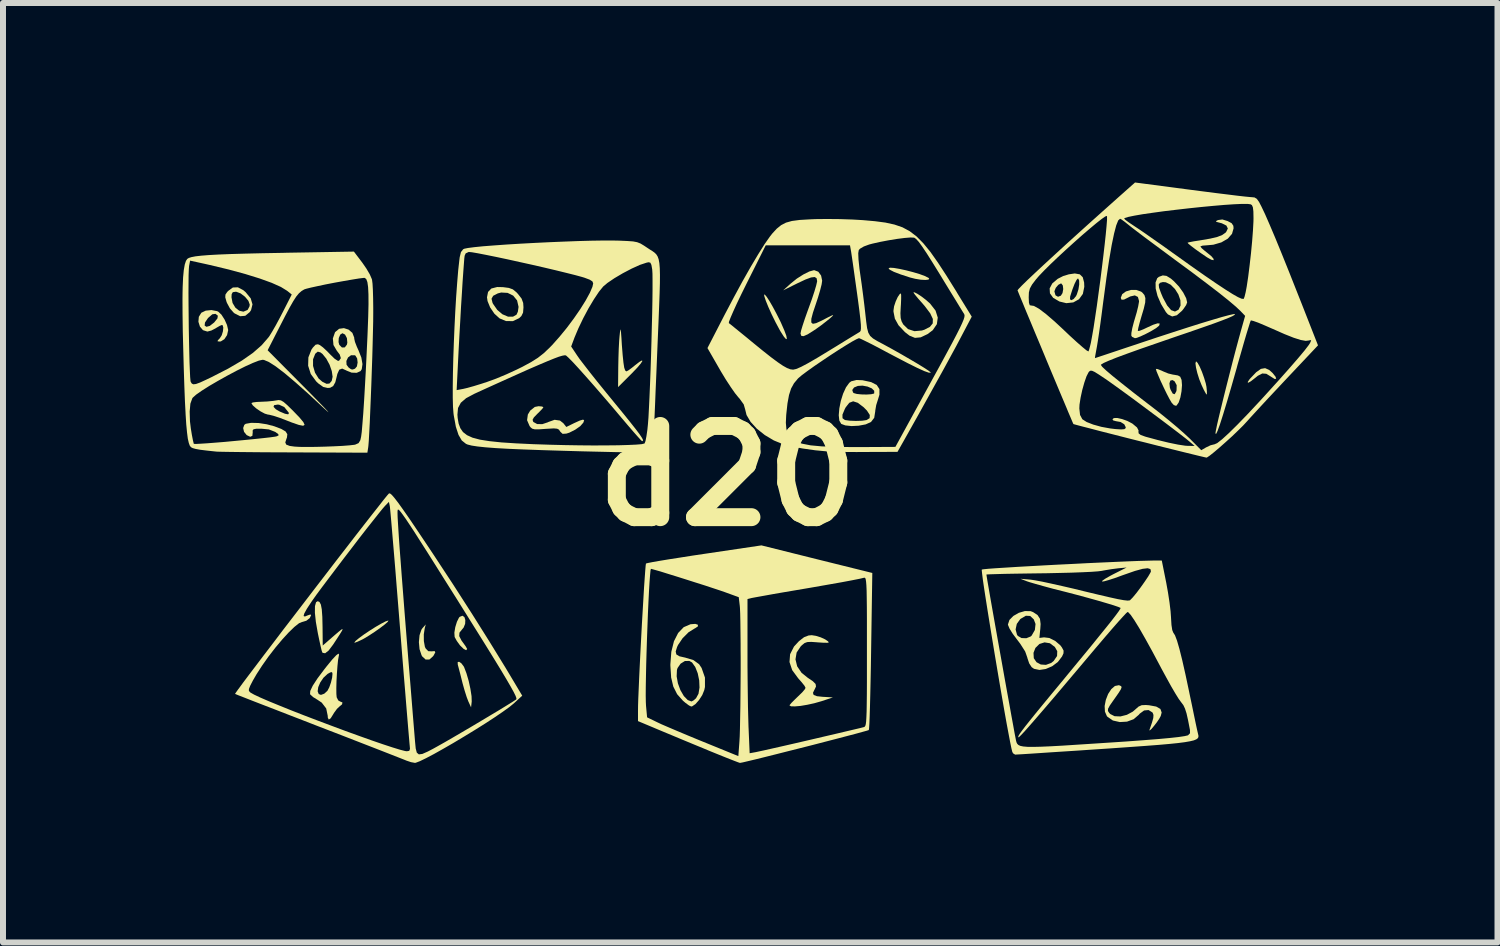
<source format=kicad_pcb>
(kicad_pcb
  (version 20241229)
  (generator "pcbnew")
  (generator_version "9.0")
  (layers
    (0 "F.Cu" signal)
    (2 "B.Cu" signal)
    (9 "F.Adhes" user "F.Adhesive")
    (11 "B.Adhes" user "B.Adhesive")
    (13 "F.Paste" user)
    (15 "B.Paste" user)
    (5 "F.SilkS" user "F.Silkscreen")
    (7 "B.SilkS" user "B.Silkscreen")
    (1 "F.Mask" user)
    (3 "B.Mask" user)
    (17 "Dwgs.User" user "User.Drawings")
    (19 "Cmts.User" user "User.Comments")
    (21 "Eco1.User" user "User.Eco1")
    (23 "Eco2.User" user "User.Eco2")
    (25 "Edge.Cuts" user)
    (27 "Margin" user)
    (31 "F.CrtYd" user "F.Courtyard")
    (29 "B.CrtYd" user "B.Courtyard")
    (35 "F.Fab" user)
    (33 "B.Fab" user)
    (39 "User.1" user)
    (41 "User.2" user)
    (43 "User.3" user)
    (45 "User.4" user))
  (footprint "d20"
    (layer "F.Cu")
    (at 9.11 4.904)
    (property "Reference" "d20" (at 0 0 0) (layer "F.SilkS") (effects (font (size 1.524 1.524) (thickness 0.3))))
    (attr board_only exclude_from_pos_files exclude_from_bom)
    (fp_poly (pts (xy 2.779 -3.476) (xy 2.873 -3.46) (xy 2.983 -3.436) (xy 3.099 -3.406) (xy 3.207 -3.374) (xy 3.296 -3.341) (xy 3.355 -3.312) (xy 3.37 -3.299) (xy 3.359 -3.281) (xy 3.308 -3.275) (xy 3.23 -3.279) (xy 3.138 -3.294) (xy 3.05 -3.316) (xy 2.894 -3.367) (xy 2.779 -3.411) (xy 2.71 -3.447) (xy 2.69 -3.469) (xy 2.714 -3.48)) (stroke (width 0) (type solid)) (fill yes) (layer "F.SilkS"))
    (fp_poly (pts (xy 7.856 -1.889) (xy 7.891 -1.826) (xy 7.929 -1.738) (xy 7.964 -1.64) (xy 7.992 -1.547) (xy 8.004 -1.488) (xy 8.011 -1.413) (xy 8.011 -1.366) (xy 8.007 -1.359) (xy 7.99 -1.382) (xy 7.958 -1.442) (xy 7.922 -1.519) (xy 7.883 -1.617) (xy 7.851 -1.719) (xy 7.829 -1.811) (xy 7.82 -1.88) (xy 7.828 -1.912) (xy 7.832 -1.913)) (stroke (width 0) (type solid)) (fill yes) (layer "F.SilkS"))
    (fp_poly (pts (xy -5.668 2.42) (xy -5.682 2.441) (xy -5.731 2.484) (xy -5.806 2.541) (xy -5.895 2.604) (xy -5.988 2.665) (xy -6.072 2.716) (xy -6.107 2.735) (xy -6.18 2.769) (xy -6.228 2.787) (xy -6.239 2.787) (xy -6.217 2.758) (xy -6.159 2.71) (xy -6.077 2.65) (xy -5.98 2.585) (xy -5.88 2.522) (xy -5.788 2.469) (xy -5.716 2.432) (xy -5.673 2.418)) (stroke (width 0) (type solid)) (fill yes) (layer "F.SilkS"))
    (fp_poly (pts (xy 9.052 -1.771) (xy 9.109 -1.72) (xy 9.159 -1.657) (xy 9.169 -1.622) (xy 9.142 -1.621) (xy 9.08 -1.66) (xy 9.079 -1.661) (xy 9.004 -1.707) (xy 8.937 -1.712) (xy 8.863 -1.674) (xy 8.817 -1.637) (xy 8.745 -1.581) (xy 8.702 -1.557) (xy 8.692 -1.567) (xy 8.72 -1.61) (xy 8.736 -1.629) (xy 8.834 -1.732) (xy 8.914 -1.789) (xy 8.984 -1.801)) (stroke (width 0) (type solid)) (fill yes) (layer "F.SilkS"))
    (fp_poly (pts (xy 0.654 -2.993) (xy 0.701 -2.921) (xy 0.757 -2.824) (xy 0.818 -2.71) (xy 0.879 -2.589) (xy 0.894 -2.557) (xy 0.949 -2.431) (xy 0.982 -2.342) (xy 0.991 -2.292) (xy 0.978 -2.285) (xy 0.944 -2.323) (xy 0.889 -2.408) (xy 0.869 -2.443) (xy 0.802 -2.568) (xy 0.738 -2.698) (xy 0.682 -2.822) (xy 0.639 -2.928) (xy 0.614 -3.004) (xy 0.611 -3.029) (xy 0.622 -3.031)) (stroke (width 0) (type solid)) (fill yes) (layer "F.SilkS"))
    (fp_poly (pts (xy -5.061 2.544) (xy -5.077 2.648) (xy -5.076 2.76) (xy -5.059 2.855) (xy -5.047 2.882) (xy -5.003 2.929) (xy -4.947 2.932) (xy -4.895 2.928) (xy -4.885 2.949) (xy -4.914 3.003) (xy -4.924 3.016) (xy -4.984 3.069) (xy -5.047 3.069) (xy -5.104 3.016) (xy -5.115 2.996) (xy -5.148 2.896) (xy -5.159 2.778) (xy -5.148 2.662) (xy -5.117 2.571) (xy -5.101 2.547) (xy -5.044 2.482)) (stroke (width 0) (type solid)) (fill yes) (layer "F.SilkS"))
    (fp_poly (pts (xy -4.45 3.131) (xy -4.411 3.182) (xy -4.403 3.197) (xy -4.364 3.299) (xy -4.327 3.426) (xy -4.298 3.559) (xy -4.279 3.68) (xy -4.276 3.769) (xy -4.276 3.772) (xy -4.287 3.868) (xy -4.332 3.77) (xy -4.36 3.697) (xy -4.394 3.59) (xy -4.428 3.469) (xy -4.436 3.437) (xy -4.464 3.325) (xy -4.489 3.229) (xy -4.506 3.166) (xy -4.509 3.154) (xy -4.511 3.112) (xy -4.487 3.106)) (stroke (width 0) (type solid)) (fill yes) (layer "F.SilkS"))
    (fp_poly (pts (xy -4.398 2.36) (xy -4.383 2.409) (xy -4.386 2.472) (xy -4.411 2.534) (xy -4.437 2.565) (xy -4.481 2.62) (xy -4.485 2.677) (xy -4.447 2.751) (xy -4.423 2.784) (xy -4.379 2.845) (xy -4.355 2.887) (xy -4.353 2.893) (xy -4.369 2.913) (xy -4.409 2.893) (xy -4.466 2.838) (xy -4.474 2.829) (xy -4.525 2.759) (xy -4.56 2.695) (xy -4.562 2.687) (xy -4.566 2.619) (xy -4.551 2.528) (xy -4.523 2.437) (xy -4.489 2.369) (xy -4.476 2.355) (xy -4.43 2.337)) (stroke (width 0) (type solid)) (fill yes) (layer "F.SilkS"))
    (fp_poly (pts (xy -6.82 2.107) (xy -6.797 2.151) (xy -6.782 2.231) (xy -6.773 2.355) (xy -6.769 2.527) (xy -6.769 2.534) (xy -6.766 2.835) (xy -6.579 2.672) (xy -6.502 2.606) (xy -6.453 2.567) (xy -6.433 2.559) (xy -6.443 2.586) (xy -6.483 2.651) (xy -6.552 2.757) (xy -6.594 2.821) (xy -6.668 2.919) (xy -6.726 2.964) (xy -6.767 2.957) (xy -6.775 2.946) (xy -6.786 2.912) (xy -6.804 2.835) (xy -6.827 2.729) (xy -6.848 2.628) (xy -6.881 2.44) (xy -6.897 2.288) (xy -6.896 2.177) (xy -6.878 2.111) (xy -6.85 2.094)) (stroke (width 0) (type solid)) (fill yes) (layer "F.SilkS"))
    (fp_poly (pts (xy -1.787 -2.444) (xy -1.781 -2.4) (xy -1.774 -2.308) (xy -1.767 -2.192) (xy -1.753 -2.017) (xy -1.74 -1.891) (xy -1.727 -1.808) (xy -1.711 -1.762) (xy -1.692 -1.747) (xy -1.691 -1.747) (xy -1.659 -1.763) (xy -1.6 -1.806) (xy -1.552 -1.845) (xy -1.473 -1.906) (xy -1.431 -1.93) (xy -1.424 -1.92) (xy -1.451 -1.878) (xy -1.51 -1.808) (xy -1.601 -1.713) (xy -1.616 -1.698) (xy -1.83 -1.484) (xy -1.827 -1.816) (xy -1.824 -1.969) (xy -1.819 -2.121) (xy -1.812 -2.253) (xy -1.806 -2.329) (xy -1.798 -2.405) (xy -1.792 -2.444)) (stroke (width 0) (type solid)) (fill yes) (layer "F.SilkS"))
    (fp_poly (pts (xy -8.092 -3.103) (xy -8.055 -3.071) (xy -7.97 -2.968) (xy -7.94 -2.867) (xy -7.964 -2.771) (xy -7.986 -2.738) (xy -8.061 -2.676) (xy -8.145 -2.669) (xy -8.239 -2.716) (xy -8.256 -2.73) (xy -8.318 -2.801) (xy -8.367 -2.892) (xy -8.374 -2.91) (xy -8.395 -2.984) (xy -8.395 -2.985) (xy -8.291 -2.985) (xy -8.273 -2.89) (xy -8.226 -2.812) (xy -8.162 -2.761) (xy -8.092 -2.745) (xy -8.026 -2.772) (xy -8.019 -2.778) (xy -7.99 -2.834) (xy -7.986 -2.864) (xy -8.009 -2.927) (xy -8.065 -2.994) (xy -8.138 -3.05) (xy -8.208 -3.077) (xy -8.22 -3.078) (xy -8.269 -3.071) (xy -8.288 -3.038) (xy -8.291 -2.985) (xy -8.395 -2.985) (xy -8.392 -3.031) (xy -8.363 -3.074) (xy -8.346 -3.092) (xy -8.268 -3.149) (xy -8.184 -3.152)) (stroke (width 0) (type solid)) (fill yes) (layer "F.SilkS"))
    (fp_poly (pts (xy 7.189 -1.785) (xy 7.25 -1.761) (xy 7.28 -1.747) (xy 7.365 -1.712) (xy 7.443 -1.693) (xy 7.459 -1.691) (xy 7.527 -1.679) (xy 7.565 -1.658) (xy 7.588 -1.604) (xy 7.595 -1.517) (xy 7.587 -1.414) (xy 7.568 -1.312) (xy 7.54 -1.228) (xy 7.505 -1.177) (xy 7.494 -1.172) (xy 7.458 -1.184) (xy 7.421 -1.225) (xy 7.385 -1.287) (xy 7.339 -1.375) (xy 7.289 -1.478) (xy 7.257 -1.547) (xy 7.385 -1.547) (xy 7.392 -1.477) (xy 7.404 -1.441) (xy 7.44 -1.376) (xy 7.472 -1.365) (xy 7.498 -1.409) (xy 7.504 -1.432) (xy 7.506 -1.517) (xy 7.471 -1.581) (xy 7.436 -1.602) (xy 7.4 -1.593) (xy 7.385 -1.547) (xy 7.257 -1.547) (xy 7.24 -1.582) (xy 7.199 -1.677) (xy 7.169 -1.749) (xy 7.159 -1.786) (xy 7.159 -1.789)) (stroke (width 0) (type solid)) (fill yes) (layer "F.SilkS"))
    (fp_poly (pts (xy 7.336 -3.343) (xy 7.409 -3.298) (xy 7.461 -3.253) (xy 7.545 -3.164) (xy 7.616 -3.064) (xy 7.665 -2.969) (xy 7.681 -2.9) (xy 7.664 -2.855) (xy 7.62 -2.791) (xy 7.595 -2.76) (xy 7.509 -2.685) (xy 7.431 -2.665) (xy 7.36 -2.699) (xy 7.326 -2.738) (xy 7.244 -2.874) (xy 7.186 -3.008) (xy 7.155 -3.131) (xy 7.154 -3.198) (xy 7.206 -3.198) (xy 7.212 -3.144) (xy 7.244 -3.056) (xy 7.276 -2.98) (xy 7.347 -2.848) (xy 7.414 -2.77) (xy 7.478 -2.747) (xy 7.537 -2.778) (xy 7.571 -2.848) (xy 7.568 -2.937) (xy 7.534 -3.034) (xy 7.477 -3.124) (xy 7.405 -3.196) (xy 7.325 -3.236) (xy 7.275 -3.24) (xy 7.227 -3.227) (xy 7.206 -3.198) (xy 7.154 -3.198) (xy 7.153 -3.233) (xy 7.181 -3.305) (xy 7.208 -3.327) (xy 7.274 -3.351)) (stroke (width 0) (type solid)) (fill yes) (layer "F.SilkS"))
    (fp_poly (pts (xy -3.754 -3.155) (xy -3.656 -3.142) (xy -3.589 -3.118) (xy -3.53 -3.07) (xy -3.503 -3.041) (xy -3.443 -2.964) (xy -3.416 -2.891) (xy -3.411 -2.817) (xy -3.418 -2.729) (xy -3.446 -2.672) (xy -3.484 -2.636) (xy -3.588 -2.587) (xy -3.703 -2.588) (xy -3.811 -2.633) (xy -3.897 -2.711) (xy -3.968 -2.815) (xy -4.012 -2.923) (xy -4.017 -2.961) (xy -3.945 -2.961) (xy -3.928 -2.892) (xy -3.919 -2.875) (xy -3.849 -2.774) (xy -3.762 -2.701) (xy -3.67 -2.662) (xy -3.585 -2.662) (xy -3.527 -2.695) (xy -3.505 -2.744) (xy -3.494 -2.819) (xy -3.494 -2.829) (xy -3.518 -2.933) (xy -3.583 -3.013) (xy -3.676 -3.059) (xy -3.784 -3.065) (xy -3.841 -3.05) (xy -3.918 -3.01) (xy -3.945 -2.961) (xy -4.017 -2.961) (xy -4.021 -2.984) (xy -4.003 -3.075) (xy -3.948 -3.132) (xy -3.851 -3.157)) (stroke (width 0) (type solid)) (fill yes) (layer "F.SilkS"))
    (fp_poly (pts (xy 8.356 -4.26) (xy 8.424 -4.224) (xy 8.453 -4.181) (xy 8.457 -4.138) (xy 8.431 -4.046) (xy 8.36 -3.965) (xy 8.253 -3.903) (xy 8.119 -3.864) (xy 8.007 -3.854) (xy 7.94 -3.849) (xy 7.905 -3.837) (xy 7.903 -3.834) (xy 7.924 -3.806) (xy 7.977 -3.76) (xy 8.014 -3.731) (xy 8.088 -3.67) (xy 8.124 -3.626) (xy 8.122 -3.605) (xy 8.083 -3.614) (xy 8.014 -3.653) (xy 7.914 -3.721) (xy 7.821 -3.787) (xy 7.746 -3.844) (xy 7.699 -3.883) (xy 7.688 -3.898) (xy 7.718 -3.906) (xy 7.788 -3.92) (xy 7.886 -3.935) (xy 7.904 -3.938) (xy 8.067 -3.966) (xy 8.185 -3.994) (xy 8.266 -4.026) (xy 8.322 -4.065) (xy 8.333 -4.077) (xy 8.361 -4.135) (xy 8.337 -4.184) (xy 8.261 -4.222) (xy 8.227 -4.231) (xy 8.17 -4.246) (xy 8.163 -4.258) (xy 8.196 -4.276) (xy 8.269 -4.286)) (stroke (width 0) (type solid)) (fill yes) (layer "F.SilkS"))
    (fp_poly (pts (xy -7.464 -1.262) (xy -7.42 -1.236) (xy -7.36 -1.184) (xy -7.273 -1.099) (xy -7.264 -1.09) (xy -7.155 -0.977) (xy -7.09 -0.899) (xy -7.069 -0.853) (xy -7.094 -0.838) (xy -7.165 -0.852) (xy -7.284 -0.893) (xy -7.376 -0.929) (xy -7.489 -0.972) (xy -7.59 -1.005) (xy -7.663 -1.023) (xy -7.682 -1.025) (xy -7.735 -1.041) (xy -7.806 -1.079) (xy -7.879 -1.129) (xy -7.907 -1.154) (xy -7.588 -1.154) (xy -7.55 -1.114) (xy -7.485 -1.076) (xy -7.397 -1.039) (xy -7.344 -1.029) (xy -7.331 -1.048) (xy -7.337 -1.061) (xy -7.409 -1.151) (xy -7.494 -1.19) (xy -7.521 -1.192) (xy -7.579 -1.182) (xy -7.588 -1.154) (xy -7.907 -1.154) (xy -7.935 -1.179) (xy -7.958 -1.216) (xy -7.958 -1.217) (xy -7.933 -1.228) (xy -7.868 -1.236) (xy -7.799 -1.239) (xy -7.692 -1.244) (xy -7.592 -1.254) (xy -7.548 -1.261) (xy -7.503 -1.268)) (stroke (width 0) (type solid)) (fill yes) (layer "F.SilkS"))
    (fp_poly (pts (xy -3.102 -1.16) (xy -3.078 -1.149) (xy -3.096 -1.122) (xy -3.144 -1.072) (xy -3.179 -1.038) (xy -3.237 -0.978) (xy -3.259 -0.938) (xy -3.249 -0.907) (xy -3.245 -0.901) (xy -3.183 -0.867) (xy -3.097 -0.865) (xy -3.004 -0.896) (xy -2.995 -0.901) (xy -2.891 -0.938) (xy -2.801 -0.925) (xy -2.745 -0.881) (xy -2.695 -0.818) (xy -2.567 -0.881) (xy -2.47 -0.925) (xy -2.415 -0.941) (xy -2.397 -0.929) (xy -2.411 -0.89) (xy -2.463 -0.831) (xy -2.547 -0.772) (xy -2.644 -0.723) (xy -2.694 -0.707) (xy -2.757 -0.703) (xy -2.795 -0.738) (xy -2.799 -0.745) (xy -2.819 -0.774) (xy -2.849 -0.789) (xy -2.903 -0.794) (xy -2.994 -0.789) (xy -3.046 -0.786) (xy -3.156 -0.778) (xy -3.225 -0.779) (xy -3.266 -0.79) (xy -3.294 -0.814) (xy -3.309 -0.834) (xy -3.351 -0.931) (xy -3.338 -1.026) (xy -3.298 -1.092) (xy -3.221 -1.153) (xy -3.159 -1.165)) (stroke (width 0) (type solid)) (fill yes) (layer "F.SilkS"))
    (fp_poly (pts (xy -8.532 -2.754) (xy -8.511 -2.744) (xy -8.459 -2.695) (xy -8.407 -2.614) (xy -8.366 -2.522) (xy -8.347 -2.441) (xy -8.347 -2.434) (xy -8.365 -2.353) (xy -8.41 -2.285) (xy -8.469 -2.248) (xy -8.487 -2.246) (xy -8.523 -2.249) (xy -8.52 -2.265) (xy -8.485 -2.302) (xy -8.454 -2.351) (xy -8.434 -2.417) (xy -8.428 -2.479) (xy -8.439 -2.518) (xy -8.45 -2.523) (xy -8.485 -2.509) (xy -8.544 -2.475) (xy -8.554 -2.468) (xy -8.627 -2.43) (xy -8.692 -2.413) (xy -8.696 -2.413) (xy -8.768 -2.436) (xy -8.819 -2.496) (xy -8.824 -2.513) (xy -8.74 -2.513) (xy -8.71 -2.492) (xy -8.654 -2.507) (xy -8.581 -2.564) (xy -8.526 -2.632) (xy -8.519 -2.678) (xy -8.559 -2.709) (xy -8.612 -2.701) (xy -8.682 -2.64) (xy -8.684 -2.638) (xy -8.734 -2.564) (xy -8.74 -2.513) (xy -8.824 -2.513) (xy -8.844 -2.576) (xy -8.837 -2.659) (xy -8.795 -2.727) (xy -8.722 -2.762) (xy -8.626 -2.772)) (stroke (width 0) (type solid)) (fill yes) (layer "F.SilkS"))
    (fp_poly (pts (xy 3.174 -3.043) (xy 3.242 -2.998) (xy 3.315 -2.942) (xy 3.382 -2.883) (xy 3.385 -2.88) (xy 3.476 -2.763) (xy 3.513 -2.646) (xy 3.498 -2.536) (xy 3.43 -2.436) (xy 3.342 -2.37) (xy 3.228 -2.316) (xy 3.132 -2.307) (xy 3.041 -2.344) (xy 2.965 -2.403) (xy 2.857 -2.518) (xy 2.796 -2.628) (xy 2.773 -2.746) (xy 2.773 -2.765) (xy 2.783 -2.835) (xy 2.81 -2.916) (xy 2.844 -2.99) (xy 2.878 -3.04) (xy 2.896 -3.05) (xy 2.901 -3.025) (xy 2.901 -2.957) (xy 2.897 -2.861) (xy 2.895 -2.835) (xy 2.889 -2.719) (xy 2.893 -2.64) (xy 2.909 -2.582) (xy 2.936 -2.532) (xy 3.016 -2.454) (xy 3.123 -2.419) (xy 3.248 -2.43) (xy 3.291 -2.444) (xy 3.382 -2.491) (xy 3.429 -2.549) (xy 3.431 -2.623) (xy 3.387 -2.717) (xy 3.298 -2.835) (xy 3.259 -2.881) (xy 3.188 -2.961) (xy 3.135 -3.025) (xy 3.108 -3.062) (xy 3.106 -3.067) (xy 3.125 -3.068)) (stroke (width 0) (type solid)) (fill yes) (layer "F.SilkS"))
    (fp_poly (pts (xy 6.911 -3.08) (xy 6.931 -3.065) (xy 6.967 -3.023) (xy 6.983 -2.971) (xy 6.98 -2.898) (xy 6.956 -2.794) (xy 6.916 -2.661) (xy 6.886 -2.557) (xy 6.865 -2.475) (xy 6.857 -2.428) (xy 6.858 -2.422) (xy 6.888 -2.426) (xy 6.951 -2.451) (xy 7.012 -2.48) (xy 7.115 -2.527) (xy 7.187 -2.55) (xy 7.222 -2.547) (xy 7.216 -2.518) (xy 7.208 -2.507) (xy 7.162 -2.47) (xy 7.083 -2.422) (xy 6.99 -2.373) (xy 6.9 -2.331) (xy 6.83 -2.305) (xy 6.807 -2.302) (xy 6.761 -2.324) (xy 6.748 -2.344) (xy 6.749 -2.388) (xy 6.764 -2.47) (xy 6.791 -2.574) (xy 6.804 -2.618) (xy 6.838 -2.733) (xy 6.863 -2.835) (xy 6.876 -2.909) (xy 6.877 -2.923) (xy 6.858 -2.991) (xy 6.807 -3.017) (xy 6.729 -2.999) (xy 6.704 -2.986) (xy 6.626 -2.947) (xy 6.584 -2.945) (xy 6.572 -2.976) (xy 6.572 -2.977) (xy 6.596 -3.038) (xy 6.658 -3.083) (xy 6.742 -3.108) (xy 6.832 -3.108)) (stroke (width 0) (type solid)) (fill yes) (layer "F.SilkS"))
    (fp_poly (pts (xy 1.516 -3.413) (xy 1.563 -3.349) (xy 1.581 -3.263) (xy 1.572 -3.201) (xy 1.547 -3.102) (xy 1.511 -2.981) (xy 1.477 -2.878) (xy 1.427 -2.729) (xy 1.4 -2.626) (xy 1.399 -2.565) (xy 1.425 -2.542) (xy 1.48 -2.553) (xy 1.566 -2.592) (xy 1.593 -2.606) (xy 1.676 -2.649) (xy 1.738 -2.679) (xy 1.765 -2.69) (xy 1.757 -2.675) (xy 1.715 -2.636) (xy 1.648 -2.582) (xy 1.567 -2.519) (xy 1.482 -2.458) (xy 1.442 -2.431) (xy 1.339 -2.366) (xy 1.271 -2.336) (xy 1.234 -2.339) (xy 1.22 -2.375) (xy 1.22 -2.385) (xy 1.229 -2.43) (xy 1.255 -2.516) (xy 1.293 -2.631) (xy 1.341 -2.766) (xy 1.359 -2.815) (xy 1.409 -2.954) (xy 1.451 -3.081) (xy 1.481 -3.182) (xy 1.496 -3.247) (xy 1.497 -3.258) (xy 1.488 -3.304) (xy 1.456 -3.324) (xy 1.396 -3.317) (xy 1.301 -3.282) (xy 1.165 -3.218) (xy 1.157 -3.214) (xy 0.929 -3.101) (xy 1.054 -3.214) (xy 1.157 -3.297) (xy 1.267 -3.367) (xy 1.367 -3.417) (xy 1.443 -3.438) (xy 1.449 -3.438)) (stroke (width 0) (type solid)) (fill yes) (layer "F.SilkS"))
    (fp_poly (pts (xy 5.887 -3.369) (xy 5.936 -3.321) (xy 5.959 -3.233) (xy 5.962 -3.161) (xy 5.938 -3.042) (xy 5.874 -2.953) (xy 5.779 -2.9) (xy 5.662 -2.887) (xy 5.546 -2.915) (xy 5.485 -2.951) (xy 5.723 -2.951) (xy 5.746 -2.937) (xy 5.783 -2.956) (xy 5.823 -3.004) (xy 5.838 -3.035) (xy 5.864 -3.117) (xy 5.877 -3.199) (xy 5.876 -3.265) (xy 5.86 -3.298) (xy 5.855 -3.3) (xy 5.832 -3.275) (xy 5.799 -3.209) (xy 5.763 -3.115) (xy 5.727 -3.003) (xy 5.726 -3.002) (xy 5.723 -2.951) (xy 5.485 -2.951) (xy 5.442 -2.976) (xy 5.388 -3.051) (xy 5.386 -3.081) (xy 5.463 -3.081) (xy 5.481 -3.018) (xy 5.523 -2.994) (xy 5.57 -3.012) (xy 5.598 -3.056) (xy 5.61 -3.123) (xy 5.603 -3.183) (xy 5.579 -3.215) (xy 5.572 -3.217) (xy 5.528 -3.194) (xy 5.485 -3.143) (xy 5.463 -3.087) (xy 5.463 -3.081) (xy 5.386 -3.081) (xy 5.383 -3.134) (xy 5.427 -3.217) (xy 5.518 -3.294) (xy 5.608 -3.34) (xy 5.703 -3.369) (xy 5.798 -3.383) (xy 5.807 -3.383)) (stroke (width 0) (type solid)) (fill yes) (layer "F.SilkS"))
    (fp_poly (pts (xy -6.493 2.987) (xy -6.499 3.016) (xy -6.51 3.078) (xy -6.52 3.178) (xy -6.529 3.3) (xy -6.536 3.428) (xy -6.539 3.548) (xy -6.538 3.644) (xy -6.533 3.7) (xy -6.533 3.7) (xy -6.506 3.753) (xy -6.474 3.771) (xy -6.437 3.786) (xy -6.443 3.818) (xy -6.483 3.851) (xy -6.528 3.893) (xy -6.577 3.96) (xy -6.587 3.977) (xy -6.633 4.051) (xy -6.665 4.072) (xy -6.681 4.041) (xy -6.683 4.008) (xy -6.708 3.887) (xy -6.783 3.789) (xy -6.856 3.74) (xy -6.926 3.697) (xy -6.972 3.656) (xy -6.978 3.645) (xy -6.975 3.599) (xy -6.851 3.599) (xy -6.833 3.646) (xy -6.796 3.66) (xy -6.741 3.64) (xy -6.688 3.592) (xy -6.657 3.534) (xy -6.629 3.454) (xy -6.609 3.371) (xy -6.603 3.306) (xy -6.611 3.279) (xy -6.64 3.284) (xy -6.685 3.309) (xy -6.754 3.373) (xy -6.807 3.451) (xy -6.841 3.53) (xy -6.851 3.599) (xy -6.975 3.599) (xy -6.974 3.592) (xy -6.933 3.506) (xy -6.855 3.386) (xy -6.737 3.229) (xy -6.701 3.183) (xy -6.606 3.067) (xy -6.54 2.997) (xy -6.503 2.97)) (stroke (width 0) (type solid)) (fill yes) (layer "F.SilkS"))
    (fp_poly (pts (xy 6.555 3.503) (xy 6.579 3.515) (xy 6.585 3.534) (xy 6.572 3.569) (xy 6.534 3.629) (xy 6.469 3.722) (xy 6.447 3.753) (xy 6.388 3.838) (xy 6.359 3.892) (xy 6.357 3.929) (xy 6.38 3.963) (xy 6.397 3.98) (xy 6.468 4.016) (xy 6.566 4.02) (xy 6.673 3.993) (xy 6.772 3.94) (xy 6.807 3.91) (xy 6.868 3.856) (xy 6.921 3.832) (xy 6.99 3.829) (xy 7.044 3.833) (xy 7.164 3.855) (xy 7.234 3.895) (xy 7.255 3.954) (xy 7.24 4.012) (xy 7.213 4.061) (xy 7.173 4.12) (xy 7.127 4.179) (xy 7.086 4.228) (xy 7.057 4.254) (xy 7.05 4.249) (xy 7.052 4.243) (xy 7.093 4.124) (xy 7.115 4.046) (xy 7.118 3.995) (xy 7.106 3.961) (xy 7.099 3.952) (xy 7.036 3.913) (xy 6.962 3.92) (xy 6.889 3.973) (xy 6.872 3.993) (xy 6.787 4.066) (xy 6.676 4.107) (xy 6.555 4.114) (xy 6.44 4.088) (xy 6.35 4.026) (xy 6.34 4.016) (xy 6.307 3.94) (xy 6.302 3.845) (xy 6.322 3.743) (xy 6.36 3.645) (xy 6.413 3.564) (xy 6.474 3.511) (xy 6.539 3.498)) (stroke (width 0) (type solid)) (fill yes) (layer "F.SilkS"))
    (fp_poly (pts (xy 1.476 2.673) (xy 1.557 2.698) (xy 1.631 2.732) (xy 1.681 2.766) (xy 1.691 2.785) (xy 1.666 2.789) (xy 1.6 2.788) (xy 1.506 2.782) (xy 1.499 2.781) (xy 1.397 2.774) (xy 1.332 2.777) (xy 1.286 2.794) (xy 1.243 2.829) (xy 1.222 2.85) (xy 1.154 2.952) (xy 1.135 3.066) (xy 1.163 3.182) (xy 1.237 3.291) (xy 1.339 3.373) (xy 1.426 3.432) (xy 1.471 3.477) (xy 1.478 3.519) (xy 1.455 3.569) (xy 1.452 3.573) (xy 1.427 3.626) (xy 1.439 3.661) (xy 1.495 3.682) (xy 1.599 3.693) (xy 1.608 3.693) (xy 1.761 3.702) (xy 1.567 3.766) (xy 1.451 3.799) (xy 1.332 3.825) (xy 1.22 3.844) (xy 1.127 3.852) (xy 1.062 3.851) (xy 1.036 3.837) (xy 1.038 3.829) (xy 1.069 3.792) (xy 1.128 3.733) (xy 1.181 3.682) (xy 1.247 3.618) (xy 1.291 3.566) (xy 1.303 3.542) (xy 1.286 3.508) (xy 1.239 3.449) (xy 1.18 3.382) (xy 1.08 3.246) (xy 1.035 3.111) (xy 1.045 2.98) (xy 1.11 2.852) (xy 1.194 2.761) (xy 1.278 2.696) (xy 1.353 2.667) (xy 1.407 2.662)) (stroke (width 0) (type solid)) (fill yes) (layer "F.SilkS"))
    (fp_poly (pts (xy -0.497 2.487) (xy -0.495 2.514) (xy -0.542 2.546) (xy -0.549 2.549) (xy -0.652 2.613) (xy -0.751 2.712) (xy -0.828 2.826) (xy -0.844 2.86) (xy -0.867 2.935) (xy -0.856 2.984) (xy -0.804 3.015) (xy -0.707 3.037) (xy -0.571 3.078) (xy -0.476 3.147) (xy -0.434 3.21) (xy -0.378 3.37) (xy -0.378 3.528) (xy -0.389 3.579) (xy -0.423 3.663) (xy -0.477 3.746) (xy -0.537 3.814) (xy -0.592 3.851) (xy -0.608 3.854) (xy -0.644 3.837) (xy -0.704 3.793) (xy -0.747 3.756) (xy -0.843 3.648) (xy -0.907 3.521) (xy -0.944 3.365) (xy -0.944 3.35) (xy -0.851 3.35) (xy -0.83 3.467) (xy -0.788 3.581) (xy -0.731 3.679) (xy -0.666 3.746) (xy -0.603 3.77) (xy -0.57 3.753) (xy -0.527 3.716) (xy -0.486 3.641) (xy -0.469 3.537) (xy -0.474 3.418) (xy -0.499 3.298) (xy -0.54 3.194) (xy -0.594 3.118) (xy -0.639 3.092) (xy -0.714 3.094) (xy -0.785 3.138) (xy -0.836 3.211) (xy -0.846 3.243) (xy -0.851 3.35) (xy -0.944 3.35) (xy -0.956 3.17) (xy -0.956 3.147) (xy -0.94 2.939) (xy -0.896 2.763) (xy -0.826 2.625) (xy -0.733 2.528) (xy -0.619 2.479) (xy -0.617 2.479) (xy -0.54 2.473)) (stroke (width 0) (type solid)) (fill yes) (layer "F.SilkS"))
    (fp_poly (pts (xy 2.255 -1.599) (xy 2.399 -1.568) (xy 2.493 -1.52) (xy 2.538 -1.451) (xy 2.538 -1.357) (xy 2.513 -1.275) (xy 2.484 -1.183) (xy 2.469 -1.095) (xy 2.468 -1.079) (xy 2.451 -0.971) (xy 2.397 -0.901) (xy 2.308 -0.861) (xy 2.191 -0.839) (xy 2.072 -0.833) (xy 1.968 -0.844) (xy 1.9 -0.869) (xy 1.868 -0.924) (xy 1.858 -1.015) (xy 1.859 -1.024) (xy 1.92 -1.024) (xy 1.921 -0.964) (xy 1.96 -0.935) (xy 1.962 -0.934) (xy 2.04 -0.923) (xy 2.144 -0.919) (xy 2.247 -0.922) (xy 2.322 -0.933) (xy 2.374 -0.965) (xy 2.377 -1.018) (xy 2.33 -1.091) (xy 2.274 -1.148) (xy 2.176 -1.222) (xy 2.099 -1.247) (xy 2.034 -1.222) (xy 1.975 -1.147) (xy 1.959 -1.117) (xy 1.92 -1.024) (xy 1.859 -1.024) (xy 1.868 -1.129) (xy 1.893 -1.254) (xy 1.931 -1.375) (xy 1.959 -1.436) (xy 2.084 -1.436) (xy 2.097 -1.395) (xy 2.11 -1.384) (xy 2.159 -1.37) (xy 2.236 -1.362) (xy 2.323 -1.36) (xy 2.399 -1.365) (xy 2.446 -1.376) (xy 2.451 -1.381) (xy 2.451 -1.423) (xy 2.41 -1.463) (xy 2.34 -1.493) (xy 2.255 -1.509) (xy 2.178 -1.504) (xy 2.114 -1.478) (xy 2.084 -1.436) (xy 1.959 -1.436) (xy 1.979 -1.48) (xy 2.034 -1.556) (xy 2.066 -1.581) (xy 2.155 -1.603)) (stroke (width 0) (type solid)) (fill yes) (layer "F.SilkS"))
    (fp_poly (pts (xy 5.064 2.26) (xy 5.106 2.276) (xy 5.181 2.326) (xy 5.221 2.388) (xy 5.232 2.475) (xy 5.227 2.553) (xy 5.211 2.708) (xy 5.289 2.698) (xy 5.378 2.709) (xy 5.476 2.758) (xy 5.561 2.831) (xy 5.588 2.867) (xy 5.616 2.92) (xy 5.614 2.966) (xy 5.59 3.018) (xy 5.52 3.11) (xy 5.425 3.181) (xy 5.318 3.227) (xy 5.213 3.243) (xy 5.122 3.224) (xy 5.082 3.196) (xy 5.041 3.133) (xy 5.012 3.047) (xy 5.009 3.034) (xy 4.982 2.957) (xy 5.113 2.957) (xy 5.118 3.047) (xy 5.163 3.113) (xy 5.235 3.152) (xy 5.321 3.158) (xy 5.409 3.126) (xy 5.45 3.093) (xy 5.507 3.01) (xy 5.51 2.929) (xy 5.47 2.859) (xy 5.388 2.797) (xy 5.298 2.782) (xy 5.212 2.809) (xy 5.145 2.875) (xy 5.113 2.957) (xy 4.982 2.957) (xy 4.973 2.933) (xy 4.892 2.806) (xy 4.839 2.736) (xy 4.765 2.637) (xy 4.721 2.566) (xy 4.814 2.566) (xy 4.837 2.653) (xy 4.851 2.674) (xy 4.913 2.71) (xy 4.993 2.713) (xy 5.065 2.684) (xy 5.082 2.669) (xy 5.136 2.575) (xy 5.147 2.475) (xy 5.118 2.398) (xy 5.058 2.341) (xy 4.986 2.337) (xy 4.9 2.387) (xy 4.891 2.394) (xy 4.834 2.473) (xy 4.814 2.566) (xy 4.721 2.566) (xy 4.712 2.551) (xy 4.687 2.491) (xy 4.686 2.482) (xy 4.711 2.407) (xy 4.777 2.34) (xy 4.868 2.288) (xy 4.968 2.259)) (stroke (width 0) (type solid)) (fill yes) (layer "F.SilkS"))
    (fp_poly (pts (xy -6.334 -2.445) (xy -6.271 -2.391) (xy -6.24 -2.312) (xy -6.239 -2.292) (xy -6.227 -2.239) (xy -6.196 -2.159) (xy -6.17 -2.102) (xy -6.121 -1.979) (xy -6.102 -1.869) (xy -6.114 -1.784) (xy -6.134 -1.752) (xy -6.198 -1.723) (xy -6.283 -1.726) (xy -6.366 -1.759) (xy -6.373 -1.763) (xy -6.441 -1.794) (xy -6.49 -1.775) (xy -6.522 -1.704) (xy -6.529 -1.673) (xy -6.556 -1.565) (xy -6.592 -1.501) (xy -6.643 -1.473) (xy -6.684 -1.47) (xy -6.758 -1.487) (xy -6.839 -1.545) (xy -6.875 -1.579) (xy -6.966 -1.703) (xy -7.01 -1.841) (xy -7.007 -1.949) (xy -6.928 -1.949) (xy -6.928 -1.838) (xy -6.895 -1.725) (xy -6.834 -1.627) (xy -6.773 -1.574) (xy -6.702 -1.539) (xy -6.654 -1.544) (xy -6.616 -1.588) (xy -6.601 -1.657) (xy -6.615 -1.753) (xy -6.652 -1.859) (xy -6.686 -1.921) (xy -6.371 -1.921) (xy -6.368 -1.858) (xy -6.333 -1.811) (xy -6.292 -1.782) (xy -6.265 -1.778) (xy -6.227 -1.792) (xy -6.195 -1.83) (xy -6.183 -1.895) (xy -6.191 -1.963) (xy -6.219 -2.01) (xy -6.229 -2.016) (xy -6.293 -2.017) (xy -6.343 -1.98) (xy -6.371 -1.921) (xy -6.686 -1.921) (xy -6.706 -1.959) (xy -6.77 -2.038) (xy -6.804 -2.064) (xy -6.849 -2.077) (xy -6.889 -2.044) (xy -6.892 -2.04) (xy -6.928 -1.949) (xy -7.007 -1.949) (xy -7.006 -1.981) (xy -6.954 -2.112) (xy -6.93 -2.146) (xy -6.885 -2.193) (xy -6.846 -2.2) (xy -6.813 -2.186) (xy -6.762 -2.148) (xy -6.693 -2.084) (xy -6.64 -2.029) (xy -6.568 -1.959) (xy -6.515 -1.924) (xy -6.494 -1.924) (xy -6.463 -1.968) (xy -6.483 -2.03) (xy -6.53 -2.091) (xy -6.587 -2.188) (xy -6.591 -2.237) (xy -6.502 -2.237) (xy -6.49 -2.192) (xy -6.445 -2.146) (xy -6.397 -2.148) (xy -6.362 -2.194) (xy -6.355 -2.227) (xy -6.362 -2.303) (xy -6.393 -2.362) (xy -6.437 -2.385) (xy -6.474 -2.361) (xy -6.498 -2.304) (xy -6.502 -2.237) (xy -6.591 -2.237) (xy -6.597 -2.297) (xy -6.561 -2.4) (xy -6.556 -2.406) (xy -6.492 -2.459) (xy -6.412 -2.47)) (stroke (width 0) (type solid)) (fill yes) (layer "F.SilkS"))
    (fp_poly (pts (xy 1.492 1.392) (xy 2.419 1.622) (xy 2.399 2.925) (xy 2.395 3.189) (xy 2.39 3.436) (xy 2.385 3.66) (xy 2.38 3.855) (xy 2.375 4.017) (xy 2.37 4.14) (xy 2.365 4.219) (xy 2.361 4.247) (xy 2.332 4.257) (xy 2.256 4.278) (xy 2.14 4.31) (xy 1.991 4.349) (xy 1.816 4.395) (xy 1.623 4.445) (xy 1.419 4.498) (xy 1.21 4.551) (xy 1.003 4.603) (xy 0.806 4.653) (xy 0.626 4.698) (xy 0.469 4.737) (xy 0.343 4.767) (xy 0.254 4.788) (xy 0.211 4.796) (xy 0.208 4.797) (xy 0.175 4.786) (xy 0.099 4.757) (xy -0.013 4.713) (xy -0.152 4.657) (xy -0.312 4.592) (xy -0.388 4.56) (xy -0.575 4.483) (xy -0.763 4.405) (xy -0.94 4.331) (xy -1.094 4.267) (xy -1.211 4.218) (xy -1.227 4.211) (xy -1.497 4.098) (xy -1.497 3.928) (xy -1.496 3.841) (xy -1.492 3.714) (xy -1.49 3.67) (xy -1.368 3.67) (xy -1.366 3.78) (xy -1.363 3.841) (xy -1.345 4.035) (xy -1.178 4.116) (xy -1.104 4.151) (xy -0.988 4.201) (xy -0.84 4.264) (xy -0.671 4.335) (xy -0.492 4.409) (xy -0.416 4.44) (xy 0.18 4.683) (xy 0.198 4.442) (xy 0.203 4.355) (xy 0.207 4.222) (xy 0.21 4.05) (xy 0.214 3.85) (xy 0.216 3.628) (xy 0.218 3.395) (xy 0.219 3.258) (xy 0.219 3.028) (xy 0.218 2.924) (xy 0.333 2.924) (xy 0.333 3.163) (xy 0.335 3.408) (xy 0.338 3.645) (xy 0.341 3.863) (xy 0.346 4.051) (xy 0.35 4.197) (xy 0.351 4.213) (xy 0.369 4.635) (xy 0.469 4.617) (xy 0.52 4.606) (xy 0.618 4.585) (xy 0.755 4.554) (xy 0.923 4.516) (xy 1.115 4.472) (xy 1.322 4.424) (xy 1.4 4.406) (xy 1.609 4.357) (xy 1.802 4.312) (xy 1.971 4.272) (xy 2.111 4.239) (xy 2.213 4.215) (xy 2.271 4.2) (xy 2.281 4.198) (xy 2.292 4.191) (xy 2.302 4.177) (xy 2.31 4.149) (xy 2.316 4.103) (xy 2.32 4.034) (xy 2.324 3.937) (xy 2.326 3.808) (xy 2.328 3.642) (xy 2.329 3.434) (xy 2.329 3.179) (xy 2.329 2.936) (xy 2.329 2.64) (xy 2.329 2.395) (xy 2.328 2.196) (xy 2.326 2.039) (xy 2.324 1.918) (xy 2.32 1.829) (xy 2.315 1.768) (xy 2.309 1.729) (xy 2.301 1.708) (xy 2.291 1.701) (xy 2.281 1.702) (xy 2.208 1.719) (xy 2.082 1.744) (xy 1.902 1.778) (xy 1.669 1.819) (xy 1.384 1.869) (xy 1.125 1.913) (xy 0.936 1.945) (xy 0.763 1.975) (xy 0.614 2.002) (xy 0.497 2.023) (xy 0.421 2.037) (xy 0.397 2.042) (xy 0.333 2.058) (xy 0.333 2.924) (xy 0.218 2.924) (xy 0.218 2.809) (xy 0.216 2.61) (xy 0.214 2.438) (xy 0.211 2.301) (xy 0.207 2.206) (xy 0.204 2.171) (xy 0.187 2.027) (xy -0.044 1.943) (xy -0.125 1.915) (xy -0.24 1.877) (xy -0.379 1.831) (xy -0.534 1.782) (xy -0.694 1.731) (xy -0.852 1.681) (xy -0.998 1.636) (xy -1.122 1.597) (xy -1.217 1.57) (xy -1.271 1.555) (xy -1.281 1.553) (xy -1.288 1.579) (xy -1.295 1.654) (xy -1.304 1.771) (xy -1.313 1.922) (xy -1.322 2.1) (xy -1.331 2.298) (xy -1.339 2.51) (xy -1.347 2.729) (xy -1.354 2.946) (xy -1.36 3.156) (xy -1.364 3.352) (xy -1.367 3.525) (xy -1.368 3.67) (xy -1.49 3.67) (xy -1.485 3.553) (xy -1.477 3.365) (xy -1.467 3.157) (xy -1.456 2.936) (xy -1.444 2.708) (xy -1.432 2.48) (xy -1.419 2.259) (xy -1.407 2.053) (xy -1.396 1.866) (xy -1.385 1.708) (xy -1.376 1.583) (xy -1.369 1.5) (xy -1.364 1.465) (xy -1.363 1.464) (xy -1.333 1.456) (xy -1.253 1.44) (xy -1.132 1.419) (xy -0.975 1.393) (xy -0.788 1.364) (xy -0.579 1.331) (xy -0.39 1.303) (xy 0.566 1.161)) (stroke (width 0) (type solid)) (fill yes) (layer "F.SilkS"))
    (fp_poly (pts (xy -5.64 0.294) (xy -5.61 0.319) (xy -5.566 0.37) (xy -5.505 0.449) (xy -5.425 0.561) (xy -5.323 0.707) (xy -5.198 0.892) (xy -5.047 1.117) (xy -4.923 1.303) (xy -4.589 1.811) (xy -4.274 2.301) (xy -3.981 2.767) (xy -3.716 3.198) (xy -3.647 3.313) (xy -3.432 3.673) (xy -3.572 3.802) (xy -3.648 3.864) (xy -3.758 3.943) (xy -3.896 4.037) (xy -4.054 4.14) (xy -4.226 4.248) (xy -4.405 4.357) (xy -4.582 4.463) (xy -4.752 4.561) (xy -4.907 4.648) (xy -5.04 4.718) (xy -5.143 4.768) (xy -5.211 4.794) (xy -5.226 4.796) (xy -5.291 4.784) (xy -5.368 4.758) (xy -5.37 4.757) (xy -5.412 4.74) (xy -5.501 4.705) (xy -5.631 4.654) (xy -5.797 4.589) (xy -5.995 4.512) (xy -6.219 4.425) (xy -6.463 4.33) (xy -6.723 4.23) (xy -6.84 4.185) (xy -7.102 4.083) (xy -7.348 3.988) (xy -7.574 3.9) (xy -7.774 3.823) (xy -7.944 3.757) (xy -8.079 3.704) (xy -8.174 3.667) (xy -8.225 3.646) (xy -8.232 3.643) (xy -8.217 3.62) (xy -8.176 3.562) (xy -8 3.562) (xy -8 3.594) (xy -7.98 3.616) (xy -7.972 3.622) (xy -7.914 3.655) (xy -7.81 3.704) (xy -7.669 3.765) (xy -7.496 3.836) (xy -7.298 3.916) (xy -7.081 4.001) (xy -6.853 4.088) (xy -6.619 4.176) (xy -6.386 4.263) (xy -6.162 4.344) (xy -5.952 4.419) (xy -5.763 4.484) (xy -5.602 4.537) (xy -5.475 4.576) (xy -5.389 4.598) (xy -5.36 4.602) (xy -5.32 4.595) (xy -5.308 4.562) (xy -5.312 4.513) (xy -5.316 4.471) (xy -5.324 4.378) (xy -5.336 4.239) (xy -5.351 4.059) (xy -5.369 3.843) (xy -5.389 3.595) (xy -5.412 3.32) (xy -5.436 3.023) (xy -5.461 2.708) (xy -5.478 2.496) (xy -5.504 2.173) (xy -5.529 1.865) (xy -5.552 1.576) (xy -5.574 1.312) (xy -5.594 1.078) (xy -5.611 0.876) (xy -5.625 0.713) (xy -5.636 0.593) (xy -5.636 0.593) (xy -5.516 0.593) (xy -5.516 0.634) (xy -5.514 0.696) (xy -5.509 0.782) (xy -5.502 0.895) (xy -5.493 1.036) (xy -5.481 1.208) (xy -5.465 1.414) (xy -5.447 1.656) (xy -5.425 1.937) (xy -5.4 2.259) (xy -5.371 2.624) (xy -5.338 3.035) (xy -5.3 3.495) (xy -5.259 4.006) (xy -5.223 4.444) (xy -5.212 4.556) (xy -5.194 4.625) (xy -5.16 4.654) (xy -5.102 4.647) (xy -5.011 4.607) (xy -4.921 4.56) (xy -4.842 4.516) (xy -4.73 4.453) (xy -4.595 4.375) (xy -4.443 4.286) (xy -4.281 4.191) (xy -4.118 4.094) (xy -3.961 4) (xy -3.817 3.914) (xy -3.695 3.839) (xy -3.601 3.781) (xy -3.543 3.743) (xy -3.53 3.733) (xy -3.529 3.715) (xy -3.543 3.676) (xy -3.575 3.611) (xy -3.626 3.519) (xy -3.698 3.395) (xy -3.792 3.238) (xy -3.91 3.045) (xy -4.054 2.812) (xy -4.226 2.537) (xy -4.321 2.385) (xy -4.536 2.041) (xy -4.724 1.743) (xy -4.886 1.485) (xy -5.024 1.266) (xy -5.141 1.083) (xy -5.237 0.932) (xy -5.316 0.812) (xy -5.378 0.719) (xy -5.426 0.651) (xy -5.461 0.604) (xy -5.486 0.575) (xy -5.502 0.563) (xy -5.511 0.564) (xy -5.514 0.572) (xy -5.516 0.593) (xy -5.636 0.593) (xy -5.643 0.521) (xy -5.646 0.501) (xy -5.66 0.434) (xy -5.725 0.501) (xy -5.766 0.548) (xy -5.834 0.632) (xy -5.926 0.748) (xy -6.036 0.887) (xy -6.158 1.044) (xy -6.287 1.213) (xy -6.419 1.385) (xy -6.548 1.555) (xy -6.669 1.715) (xy -6.778 1.86) (xy -6.868 1.981) (xy -6.934 2.074) (xy -6.952 2.1) (xy -7.031 2.22) (xy -7.075 2.3) (xy -7.086 2.342) (xy -7.064 2.35) (xy -7.018 2.331) (xy -6.973 2.316) (xy -6.96 2.326) (xy -6.983 2.376) (xy -7.039 2.42) (xy -7.104 2.44) (xy -7.109 2.44) (xy -7.162 2.462) (xy -7.24 2.524) (xy -7.336 2.617) (xy -7.444 2.735) (xy -7.558 2.871) (xy -7.671 3.017) (xy -7.777 3.167) (xy -7.871 3.312) (xy -7.933 3.419) (xy -7.979 3.508) (xy -8 3.562) (xy -8.176 3.562) (xy -8.172 3.558) (xy -8.1 3.459) (xy -8.003 3.33) (xy -7.884 3.173) (xy -7.747 2.992) (xy -7.595 2.793) (xy -7.432 2.578) (xy -7.259 2.353) (xy -7.081 2.121) (xy -6.901 1.886) (xy -6.721 1.652) (xy -6.546 1.424) (xy -6.377 1.206) (xy -6.219 1.001) (xy -6.074 0.815) (xy -5.945 0.65) (xy -5.836 0.512) (xy -5.751 0.403) (xy -5.691 0.329) (xy -5.66 0.294) (xy -5.657 0.292)) (stroke (width 0) (type solid)) (fill yes) (layer "F.SilkS"))
    (fp_poly (pts (xy 1.876 -4.292) (xy 2.089 -4.285) (xy 2.26 -4.275) (xy 2.463 -4.257) (xy 2.638 -4.234) (xy 2.789 -4.201) (xy 2.923 -4.155) (xy 3.044 -4.09) (xy 3.158 -4.003) (xy 3.271 -3.889) (xy 3.389 -3.745) (xy 3.516 -3.565) (xy 3.659 -3.346) (xy 3.823 -3.083) (xy 3.838 -3.057) (xy 4.081 -2.662) (xy 3.895 -2.309) (xy 3.821 -2.169) (xy 3.723 -1.989) (xy 3.607 -1.776) (xy 3.475 -1.538) (xy 3.333 -1.282) (xy 3.185 -1.015) (xy 3.034 -0.746) (xy 2.934 -0.568) (xy 2.84 -0.402) (xy 2.328 -0.4) (xy 2.155 -0.399) (xy 1.993 -0.4) (xy 1.853 -0.402) (xy 1.747 -0.404) (xy 1.691 -0.407) (xy 1.468 -0.428) (xy 1.255 -0.458) (xy 1.068 -0.493) (xy 0.933 -0.527) (xy 0.773 -0.593) (xy 0.622 -0.683) (xy 0.489 -0.789) (xy 0.398 -0.889) (xy 0.974 -0.889) (xy 0.983 -0.785) (xy 1.01 -0.699) (xy 1.059 -0.631) (xy 1.136 -0.578) (xy 1.244 -0.539) (xy 1.387 -0.511) (xy 1.571 -0.494) (xy 1.799 -0.485) (xy 2.075 -0.482) (xy 2.255 -0.482) (xy 2.805 -0.485) (xy 3.397 -1.567) (xy 3.54 -1.827) (xy 3.657 -2.043) (xy 3.752 -2.219) (xy 3.826 -2.36) (xy 3.881 -2.469) (xy 3.92 -2.552) (xy 3.945 -2.612) (xy 3.958 -2.654) (xy 3.961 -2.682) (xy 3.956 -2.701) (xy 3.955 -2.704) (xy 3.931 -2.742) (xy 3.883 -2.82) (xy 3.815 -2.932) (xy 3.73 -3.07) (xy 3.634 -3.227) (xy 3.552 -3.362) (xy 3.429 -3.561) (xy 3.331 -3.716) (xy 3.254 -3.831) (xy 3.196 -3.911) (xy 3.152 -3.959) (xy 3.121 -3.981) (xy 3.118 -3.982) (xy 3.059 -3.985) (xy 2.96 -3.977) (xy 2.833 -3.961) (xy 2.692 -3.938) (xy 2.55 -3.911) (xy 2.421 -3.882) (xy 2.365 -3.867) (xy 2.278 -3.835) (xy 2.213 -3.797) (xy 2.193 -3.775) (xy 2.184 -3.722) (xy 2.188 -3.619) (xy 2.204 -3.465) (xy 2.218 -3.367) (xy 2.242 -3.198) (xy 2.266 -3.016) (xy 2.287 -2.846) (xy 2.3 -2.731) (xy 2.317 -2.579) (xy 2.332 -2.47) (xy 2.352 -2.394) (xy 2.383 -2.34) (xy 2.431 -2.297) (xy 2.502 -2.254) (xy 2.6 -2.202) (xy 2.75 -2.12) (xy 2.901 -2.035) (xy 3.044 -1.952) (xy 3.173 -1.876) (xy 3.279 -1.811) (xy 3.356 -1.761) (xy 3.395 -1.731) (xy 3.398 -1.725) (xy 3.365 -1.725) (xy 3.29 -1.751) (xy 3.173 -1.804) (xy 3.012 -1.884) (xy 2.805 -1.992) (xy 2.687 -2.054) (xy 2.541 -2.132) (xy 2.411 -2.2) (xy 2.304 -2.253) (xy 2.23 -2.289) (xy 2.197 -2.302) (xy 2.196 -2.302) (xy 2.157 -2.286) (xy 2.081 -2.245) (xy 1.977 -2.182) (xy 1.853 -2.104) (xy 1.719 -2.017) (xy 1.582 -1.925) (xy 1.451 -1.836) (xy 1.336 -1.754) (xy 1.243 -1.685) (xy 1.183 -1.634) (xy 1.175 -1.626) (xy 1.11 -1.548) (xy 1.062 -1.461) (xy 1.027 -1.352) (xy 1.001 -1.211) (xy 0.981 -1.027) (xy 0.98 -1.014) (xy 0.974 -0.889) (xy 0.398 -0.889) (xy 0.385 -0.903) (xy 0.317 -1.018) (xy 0.294 -1.112) (xy 0.27 -1.195) (xy 0.201 -1.291) (xy 0.18 -1.314) (xy 0.125 -1.382) (xy 0.053 -1.485) (xy -0.03 -1.612) (xy -0.113 -1.749) (xy -0.133 -1.784) (xy -0.336 -2.137) (xy -0.121 -2.554) (xy 0.021 -2.554) (xy 0.05 -2.532) (xy 0.114 -2.48) (xy 0.205 -2.406) (xy 0.317 -2.315) (xy 0.404 -2.243) (xy 0.583 -2.097) (xy 0.726 -1.984) (xy 0.839 -1.9) (xy 0.926 -1.841) (xy 0.994 -1.803) (xy 1.048 -1.782) (xy 1.094 -1.776) (xy 1.096 -1.776) (xy 1.147 -1.787) (xy 1.23 -1.823) (xy 1.347 -1.885) (xy 1.504 -1.976) (xy 1.678 -2.082) (xy 1.829 -2.174) (xy 1.965 -2.258) (xy 2.078 -2.327) (xy 2.162 -2.378) (xy 2.208 -2.406) (xy 2.213 -2.41) (xy 2.224 -2.426) (xy 2.229 -2.463) (xy 2.228 -2.527) (xy 2.219 -2.624) (xy 2.203 -2.761) (xy 2.179 -2.943) (xy 2.164 -3.052) (xy 2.138 -3.237) (xy 2.114 -3.409) (xy 2.093 -3.557) (xy 2.076 -3.673) (xy 2.065 -3.747) (xy 2.062 -3.764) (xy 2.046 -3.854) (xy 0.638 -3.854) (xy 0.317 -3.213) (xy 0.231 -3.039) (xy 0.156 -2.883) (xy 0.095 -2.749) (xy 0.05 -2.645) (xy 0.024 -2.578) (xy 0.021 -2.554) (xy -0.121 -2.554) (xy -0.054 -2.684) (xy 0.101 -2.978) (xy 0.248 -3.249) (xy 0.385 -3.491) (xy 0.51 -3.701) (xy 0.618 -3.873) (xy 0.708 -4.001) (xy 0.748 -4.052) (xy 0.822 -4.132) (xy 0.895 -4.191) (xy 0.976 -4.233) (xy 1.076 -4.261) (xy 1.206 -4.278) (xy 1.376 -4.288) (xy 1.469 -4.292) (xy 1.66 -4.294)) (stroke (width 0) (type solid)) (fill yes) (layer "F.SilkS"))
    (fp_poly (pts (xy -6.104 -3.563) (xy -6.035 -3.463) (xy -5.978 -3.365) (xy -5.945 -3.288) (xy -5.942 -3.276) (xy -5.934 -3.214) (xy -5.928 -3.109) (xy -5.924 -2.972) (xy -5.922 -2.816) (xy -5.922 -2.717) (xy -5.923 -2.578) (xy -5.927 -2.405) (xy -5.932 -2.205) (xy -5.938 -1.987) (xy -5.946 -1.758) (xy -5.954 -1.526) (xy -5.963 -1.298) (xy -5.972 -1.083) (xy -5.98 -0.889) (xy -5.989 -0.722) (xy -5.996 -0.591) (xy -6.003 -0.504) (xy -6.006 -0.478) (xy -6.02 -0.388) (xy -7.232 -0.393) (xy -7.489 -0.394) (xy -7.733 -0.395) (xy -7.956 -0.397) (xy -8.152 -0.399) (xy -8.315 -0.401) (xy -8.439 -0.403) (xy -8.518 -0.405) (xy -8.541 -0.406) (xy -8.7 -0.423) (xy -8.814 -0.437) (xy -8.891 -0.451) (xy -8.94 -0.465) (xy -8.968 -0.48) (xy -8.988 -0.505) (xy -9.005 -0.552) (xy -9.021 -0.623) (xy -9.034 -0.725) (xy -9.047 -0.859) (xy -9.058 -1.031) (xy -9.06 -1.076) (xy -8.99 -1.076) (xy -8.985 -0.912) (xy -8.971 -0.795) (xy -8.953 -0.685) (xy -8.936 -0.597) (xy -8.923 -0.544) (xy -8.92 -0.536) (xy -8.889 -0.534) (xy -8.812 -0.538) (xy -8.699 -0.545) (xy -8.558 -0.556) (xy -8.398 -0.569) (xy -8.229 -0.585) (xy -8.06 -0.601) (xy -7.899 -0.617) (xy -7.757 -0.632) (xy -7.642 -0.645) (xy -7.563 -0.656) (xy -7.532 -0.663) (xy -7.502 -0.679) (xy -7.511 -0.7) (xy -7.559 -0.735) (xy -7.666 -0.777) (xy -7.792 -0.789) (xy -7.879 -0.788) (xy -7.923 -0.779) (xy -7.938 -0.758) (xy -7.936 -0.73) (xy -7.942 -0.67) (xy -7.978 -0.654) (xy -8.037 -0.682) (xy -8.081 -0.736) (xy -8.096 -0.8) (xy -8.077 -0.853) (xy -8.053 -0.871) (xy -7.963 -0.887) (xy -7.839 -0.884) (xy -7.702 -0.863) (xy -7.577 -0.83) (xy -7.458 -0.785) (xy -7.387 -0.743) (xy -7.358 -0.697) (xy -7.364 -0.642) (xy -7.373 -0.619) (xy -7.392 -0.56) (xy -7.376 -0.523) (xy -7.318 -0.501) (xy -7.237 -0.49) (xy -7.153 -0.485) (xy -7.032 -0.484) (xy -6.887 -0.485) (xy -6.731 -0.489) (xy -6.575 -0.495) (xy -6.433 -0.502) (xy -6.317 -0.511) (xy -6.239 -0.52) (xy -6.223 -0.523) (xy -6.167 -0.548) (xy -6.138 -0.596) (xy -6.125 -0.654) (xy -6.114 -0.735) (xy -6.103 -0.867) (xy -6.089 -1.041) (xy -6.075 -1.253) (xy -6.061 -1.495) (xy -6.046 -1.763) (xy -6.032 -2.049) (xy -6.018 -2.348) (xy -6.016 -2.399) (xy -6.006 -2.66) (xy -6.001 -2.871) (xy -6.002 -3.035) (xy -6.008 -3.157) (xy -6.02 -3.24) (xy -6.039 -3.29) (xy -6.064 -3.309) (xy -6.075 -3.31) (xy -6.159 -3.3) (xy -6.276 -3.281) (xy -6.415 -3.257) (xy -6.565 -3.23) (xy -6.715 -3.201) (xy -6.852 -3.172) (xy -6.966 -3.147) (xy -7.045 -3.127) (xy -7.075 -3.117) (xy -7.12 -3.09) (xy -7.163 -3.053) (xy -7.207 -3) (xy -7.257 -2.923) (xy -7.318 -2.816) (xy -7.395 -2.671) (xy -7.472 -2.521) (xy -7.687 -2.1) (xy -7.053 -1.461) (xy -6.917 -1.323) (xy -6.809 -1.212) (xy -6.73 -1.131) (xy -6.684 -1.081) (xy -6.671 -1.063) (xy -6.693 -1.082) (xy -6.752 -1.136) (xy -7.005 -1.371) (xy -7.222 -1.564) (xy -7.403 -1.717) (xy -7.551 -1.83) (xy -7.665 -1.903) (xy -7.747 -1.938) (xy -7.771 -1.941) (xy -7.834 -1.927) (xy -7.934 -1.888) (xy -8.062 -1.83) (xy -8.208 -1.757) (xy -8.362 -1.675) (xy -8.516 -1.589) (xy -8.66 -1.505) (xy -8.785 -1.426) (xy -8.881 -1.359) (xy -8.938 -1.308) (xy -8.946 -1.297) (xy -8.978 -1.208) (xy -8.99 -1.076) (xy -9.06 -1.076) (xy -9.069 -1.243) (xy -9.079 -1.501) (xy -9.089 -1.807) (xy -9.096 -2.066) (xy -9.105 -2.412) (xy -9.109 -2.707) (xy -9.11 -2.953) (xy -9.109 -3.055) (xy -9.01 -3.055) (xy -9.009 -2.869) (xy -9.007 -2.67) (xy -9.005 -2.466) (xy -9.001 -2.265) (xy -8.997 -2.075) (xy -8.993 -1.904) (xy -8.987 -1.761) (xy -8.982 -1.653) (xy -8.976 -1.588) (xy -8.973 -1.574) (xy -8.955 -1.544) (xy -8.929 -1.531) (xy -8.885 -1.536) (xy -8.816 -1.561) (xy -8.712 -1.609) (xy -8.626 -1.65) (xy -8.347 -1.793) (xy -8.118 -1.927) (xy -7.933 -2.056) (xy -7.787 -2.184) (xy -7.675 -2.313) (xy -7.656 -2.339) (xy -7.611 -2.412) (xy -7.55 -2.518) (xy -7.483 -2.643) (xy -7.431 -2.743) (xy -7.284 -3.032) (xy -7.363 -3.095) (xy -7.465 -3.158) (xy -7.619 -3.227) (xy -7.818 -3.299) (xy -8.06 -3.374) (xy -8.339 -3.45) (xy -8.652 -3.525) (xy -8.741 -3.545) (xy -8.983 -3.598) (xy -9 -3.508) (xy -9.004 -3.455) (xy -9.008 -3.356) (xy -9.009 -3.22) (xy -9.01 -3.055) (xy -9.109 -3.055) (xy -9.107 -3.156) (xy -9.1 -3.317) (xy -9.088 -3.442) (xy -9.072 -3.533) (xy -9.052 -3.594) (xy -9.031 -3.626) (xy -9.004 -3.643) (xy -8.959 -3.657) (xy -8.891 -3.67) (xy -8.795 -3.681) (xy -8.669 -3.691) (xy -8.507 -3.7) (xy -8.307 -3.708) (xy -8.064 -3.715) (xy -7.774 -3.722) (xy -7.433 -3.728) (xy -7.358 -3.73) (xy -6.245 -3.749)) (stroke (width 0) (type solid)) (fill yes) (layer "F.SilkS"))
    (fp_poly (pts (xy -1.811 -3.932) (xy -1.674 -3.926) (xy -1.579 -3.919) (xy -1.511 -3.906) (xy -1.455 -3.884) (xy -1.397 -3.849) (xy -1.349 -3.817) (xy -1.299 -3.784) (xy -1.257 -3.758) (xy -1.221 -3.732) (xy -1.192 -3.704) (xy -1.169 -3.668) (xy -1.152 -3.621) (xy -1.14 -3.556) (xy -1.133 -3.471) (xy -1.13 -3.361) (xy -1.131 -3.221) (xy -1.136 -3.046) (xy -1.144 -2.833) (xy -1.154 -2.577) (xy -1.167 -2.273) (xy -1.178 -2.01) (xy -1.19 -1.717) (xy -1.202 -1.441) (xy -1.212 -1.187) (xy -1.222 -0.959) (xy -1.23 -0.764) (xy -1.237 -0.604) (xy -1.242 -0.487) (xy -1.245 -0.416) (xy -1.246 -0.395) (xy -1.274 -0.392) (xy -1.355 -0.391) (xy -1.485 -0.392) (xy -1.661 -0.394) (xy -1.879 -0.398) (xy -2.138 -0.404) (xy -2.434 -0.411) (xy -2.745 -0.42) (xy -3.102 -0.431) (xy -3.407 -0.442) (xy -3.664 -0.453) (xy -3.876 -0.465) (xy -4.046 -0.478) (xy -4.179 -0.492) (xy -4.277 -0.507) (xy -4.344 -0.524) (xy -4.372 -0.536) (xy -4.442 -0.592) (xy -4.497 -0.686) (xy -4.541 -0.821) (xy -4.575 -1.005) (xy -4.578 -1.024) (xy -4.515 -1.024) (xy -4.511 -0.968) (xy -4.495 -0.875) (xy -4.466 -0.797) (xy -4.422 -0.733) (xy -4.355 -0.681) (xy -4.263 -0.639) (xy -4.139 -0.606) (xy -3.98 -0.581) (xy -3.78 -0.56) (xy -3.535 -0.544) (xy -3.24 -0.53) (xy -3.203 -0.529) (xy -2.963 -0.521) (xy -2.718 -0.515) (xy -2.476 -0.511) (xy -2.242 -0.509) (xy -2.024 -0.51) (xy -1.827 -0.512) (xy -1.658 -0.517) (xy -1.525 -0.523) (xy -1.433 -0.531) (xy -1.389 -0.542) (xy -1.387 -0.543) (xy -1.372 -0.582) (xy -1.356 -0.663) (xy -1.34 -0.773) (xy -1.331 -0.862) (xy -1.322 -0.978) (xy -1.314 -1.133) (xy -1.305 -1.32) (xy -1.296 -1.533) (xy -1.287 -1.763) (xy -1.279 -2.004) (xy -1.272 -2.248) (xy -1.266 -2.489) (xy -1.26 -2.718) (xy -1.256 -2.929) (xy -1.254 -3.114) (xy -1.254 -3.266) (xy -1.255 -3.379) (xy -1.259 -3.444) (xy -1.259 -3.448) (xy -1.273 -3.527) (xy -1.291 -3.564) (xy -1.321 -3.571) (xy -1.354 -3.564) (xy -1.465 -3.527) (xy -1.602 -3.465) (xy -1.749 -3.388) (xy -1.89 -3.305) (xy -2.008 -3.225) (xy -2.078 -3.166) (xy -2.149 -3.079) (xy -2.233 -2.953) (xy -2.324 -2.801) (xy -2.413 -2.634) (xy -2.494 -2.465) (xy -2.561 -2.306) (xy -2.565 -2.294) (xy -2.614 -2.163) (xy -2.515 -2.014) (xy -2.468 -1.947) (xy -2.391 -1.847) (xy -2.294 -1.722) (xy -2.182 -1.581) (xy -2.062 -1.433) (xy -2.033 -1.397) (xy -1.862 -1.188) (xy -1.723 -1.018) (xy -1.614 -0.882) (xy -1.532 -0.778) (xy -1.474 -0.701) (xy -1.437 -0.646) (xy -1.417 -0.611) (xy -1.413 -0.591) (xy -1.422 -0.583) (xy -1.429 -0.581) (xy -1.451 -0.601) (xy -1.502 -0.657) (xy -1.577 -0.742) (xy -1.67 -0.85) (xy -1.766 -0.963) (xy -1.929 -1.156) (xy -2.088 -1.341) (xy -2.237 -1.513) (xy -2.373 -1.667) (xy -2.491 -1.799) (xy -2.587 -1.903) (xy -2.658 -1.975) (xy -2.698 -2.011) (xy -2.702 -2.014) (xy -2.724 -2.016) (xy -2.762 -2.009) (xy -2.82 -1.992) (xy -2.9 -1.962) (xy -3.006 -1.919) (xy -3.143 -1.861) (xy -3.314 -1.787) (xy -3.522 -1.694) (xy -3.771 -1.582) (xy -4.065 -1.449) (xy -4.233 -1.372) (xy -4.37 -1.299) (xy -4.458 -1.223) (xy -4.505 -1.135) (xy -4.515 -1.024) (xy -4.578 -1.024) (xy -4.581 -1.049) (xy -4.589 -1.154) (xy -4.593 -1.306) (xy -4.593 -1.434) (xy -4.528 -1.434) (xy -4.42 -1.454) (xy -4.348 -1.471) (xy -4.241 -1.501) (xy -4.114 -1.54) (xy -4.022 -1.57) (xy -3.871 -1.625) (xy -3.698 -1.697) (xy -3.528 -1.775) (xy -3.432 -1.822) (xy -3.284 -1.902) (xy -3.17 -1.974) (xy -3.072 -2.051) (xy -2.973 -2.145) (xy -2.931 -2.188) (xy -2.81 -2.324) (xy -2.687 -2.474) (xy -2.569 -2.632) (xy -2.462 -2.787) (xy -2.371 -2.933) (xy -2.301 -3.061) (xy -2.258 -3.162) (xy -2.246 -3.218) (xy -2.259 -3.251) (xy -2.305 -3.28) (xy -2.393 -3.313) (xy -2.433 -3.325) (xy -2.546 -3.356) (xy -2.694 -3.393) (xy -2.869 -3.436) (xy -3.063 -3.482) (xy -3.268 -3.529) (xy -3.476 -3.575) (xy -3.679 -3.62) (xy -3.868 -3.66) (xy -4.036 -3.694) (xy -4.174 -3.721) (xy -4.274 -3.738) (xy -4.326 -3.743) (xy -4.377 -3.719) (xy -4.394 -3.681) (xy -4.4 -3.637) (xy -4.407 -3.544) (xy -4.417 -3.409) (xy -4.429 -3.239) (xy -4.441 -3.041) (xy -4.455 -2.822) (xy -4.468 -2.587) (xy -4.482 -2.345) (xy -4.495 -2.102) (xy -4.507 -1.865) (xy -4.509 -1.819) (xy -4.528 -1.434) (xy -4.593 -1.434) (xy -4.593 -1.497) (xy -4.59 -1.718) (xy -4.584 -1.962) (xy -4.575 -2.22) (xy -4.564 -2.484) (xy -4.551 -2.746) (xy -4.536 -2.997) (xy -4.519 -3.23) (xy -4.502 -3.436) (xy -4.483 -3.607) (xy -4.477 -3.655) (xy -4.456 -3.741) (xy -4.42 -3.787) (xy -4.4 -3.797) (xy -4.341 -3.809) (xy -4.234 -3.823) (xy -4.086 -3.838) (xy -3.904 -3.852) (xy -3.695 -3.867) (xy -3.467 -3.881) (xy -3.226 -3.894) (xy -2.979 -3.906) (xy -2.735 -3.916) (xy -2.499 -3.925) (xy -2.28 -3.931) (xy -2.084 -3.934) (xy -1.918 -3.934)) (stroke (width 0) (type solid)) (fill yes) (layer "F.SilkS"))
    (fp_poly (pts (xy 7.332 1.788) (xy 7.361 1.949) (xy 7.386 2.113) (xy 7.404 2.261) (xy 7.412 2.374) (xy 7.412 2.378) (xy 7.419 2.491) (xy 7.432 2.576) (xy 7.449 2.619) (xy 7.45 2.62) (xy 7.478 2.664) (xy 7.512 2.754) (xy 7.552 2.892) (xy 7.599 3.08) (xy 7.653 3.319) (xy 7.715 3.611) (xy 7.722 3.646) (xy 7.76 3.826) (xy 7.794 3.991) (xy 7.823 4.131) (xy 7.846 4.238) (xy 7.861 4.303) (xy 7.864 4.316) (xy 7.87 4.342) (xy 7.869 4.365) (xy 7.858 4.385) (xy 7.834 4.403) (xy 7.792 4.42) (xy 7.729 4.435) (xy 7.642 4.45) (xy 7.527 4.465) (xy 7.38 4.48) (xy 7.197 4.496) (xy 6.975 4.513) (xy 6.71 4.532) (xy 6.399 4.554) (xy 6.037 4.578) (xy 5.865 4.59) (xy 5.631 4.605) (xy 5.414 4.619) (xy 5.221 4.632) (xy 5.057 4.643) (xy 4.929 4.651) (xy 4.843 4.656) (xy 4.806 4.658) (xy 4.806 4.658) (xy 4.771 4.636) (xy 4.758 4.61) (xy 4.744 4.553) (xy 4.723 4.45) (xy 4.696 4.308) (xy 4.663 4.132) (xy 4.627 3.93) (xy 4.588 3.706) (xy 4.547 3.468) (xy 4.505 3.22) (xy 4.463 2.969) (xy 4.422 2.721) (xy 4.383 2.482) (xy 4.347 2.258) (xy 4.315 2.055) (xy 4.288 1.88) (xy 4.267 1.737) (xy 4.256 1.649) (xy 4.326 1.649) (xy 4.331 1.681) (xy 4.344 1.761) (xy 4.365 1.882) (xy 4.392 2.039) (xy 4.425 2.226) (xy 4.462 2.435) (xy 4.502 2.661) (xy 4.544 2.896) (xy 4.587 3.136) (xy 4.629 3.372) (xy 4.67 3.6) (xy 4.709 3.813) (xy 4.743 4.003) (xy 4.773 4.166) (xy 4.796 4.294) (xy 4.813 4.382) (xy 4.821 4.422) (xy 4.821 4.423) (xy 4.829 4.453) (xy 4.841 4.477) (xy 4.861 4.497) (xy 4.893 4.512) (xy 4.942 4.522) (xy 5.013 4.528) (xy 5.11 4.529) (xy 5.237 4.526) (xy 5.399 4.519) (xy 5.6 4.508) (xy 5.846 4.492) (xy 6.14 4.473) (xy 6.308 4.462) (xy 6.658 4.439) (xy 6.954 4.417) (xy 7.198 4.398) (xy 7.392 4.38) (xy 7.538 4.364) (xy 7.638 4.349) (xy 7.694 4.336) (xy 7.695 4.336) (xy 7.729 4.301) (xy 7.728 4.246) (xy 7.697 4.086) (xy 7.671 3.97) (xy 7.645 3.889) (xy 7.617 3.83) (xy 7.582 3.784) (xy 7.576 3.776) (xy 7.541 3.728) (xy 7.485 3.638) (xy 7.414 3.517) (xy 7.334 3.372) (xy 7.248 3.214) (xy 7.226 3.172) (xy 7.096 2.928) (xy 6.98 2.718) (xy 6.881 2.545) (xy 6.799 2.412) (xy 6.737 2.322) (xy 6.696 2.278) (xy 6.686 2.274) (xy 6.662 2.294) (xy 6.608 2.352) (xy 6.527 2.441) (xy 6.425 2.558) (xy 6.307 2.695) (xy 6.177 2.848) (xy 6.152 2.877) (xy 5.89 3.188) (xy 5.661 3.459) (xy 5.465 3.691) (xy 5.299 3.885) (xy 5.162 4.044) (xy 5.053 4.169) (xy 4.97 4.263) (xy 4.911 4.326) (xy 4.875 4.361) (xy 4.86 4.371) (xy 4.86 4.37) (xy 4.858 4.36) (xy 4.865 4.34) (xy 4.885 4.307) (xy 4.921 4.257) (xy 4.975 4.186) (xy 5.05 4.092) (xy 5.149 3.969) (xy 5.275 3.815) (xy 5.43 3.627) (xy 5.618 3.4) (xy 5.645 3.367) (xy 5.864 3.101) (xy 6.05 2.876) (xy 6.203 2.687) (xy 6.327 2.534) (xy 6.423 2.414) (xy 6.493 2.323) (xy 6.539 2.26) (xy 6.564 2.221) (xy 6.568 2.206) (xy 6.568 2.206) (xy 6.532 2.19) (xy 6.45 2.162) (xy 6.331 2.126) (xy 6.184 2.083) (xy 6.015 2.036) (xy 5.834 1.987) (xy 5.65 1.939) (xy 5.606 1.928) (xy 5.44 1.886) (xy 5.285 1.844) (xy 5.153 1.807) (xy 5.054 1.778) (xy 5.005 1.762) (xy 4.894 1.719) (xy 5.066 1.734) (xy 5.139 1.745) (xy 5.257 1.767) (xy 5.41 1.8) (xy 5.589 1.84) (xy 5.784 1.885) (xy 5.963 1.929) (xy 6.197 1.985) (xy 6.381 2.028) (xy 6.522 2.059) (xy 6.622 2.077) (xy 6.687 2.084) (xy 6.722 2.08) (xy 6.727 2.077) (xy 6.772 2.031) (xy 6.835 1.955) (xy 6.904 1.863) (xy 6.972 1.767) (xy 7.03 1.681) (xy 7.067 1.617) (xy 7.076 1.594) (xy 7.067 1.557) (xy 7.021 1.543) (xy 6.937 1.553) (xy 6.809 1.588) (xy 6.637 1.648) (xy 6.597 1.662) (xy 6.474 1.707) (xy 6.368 1.741) (xy 6.292 1.762) (xy 6.257 1.766) (xy 6.266 1.75) (xy 6.315 1.716) (xy 6.396 1.67) (xy 6.447 1.643) (xy 6.669 1.531) (xy 6.53 1.544) (xy 6.413 1.559) (xy 6.288 1.58) (xy 6.253 1.587) (xy 6.19 1.595) (xy 6.08 1.603) (xy 5.93 1.61) (xy 5.747 1.617) (xy 5.54 1.622) (xy 5.317 1.627) (xy 5.22 1.628) (xy 5.004 1.631) (xy 4.806 1.634) (xy 4.634 1.637) (xy 4.494 1.641) (xy 4.392 1.644) (xy 4.335 1.647) (xy 4.326 1.649) (xy 4.256 1.649) (xy 4.254 1.634) (xy 4.248 1.576) (xy 4.249 1.565) (xy 4.28 1.56) (xy 4.36 1.552) (xy 4.482 1.543) (xy 4.642 1.533) (xy 4.832 1.521) (xy 5.045 1.509) (xy 5.277 1.496) (xy 5.521 1.483) (xy 5.769 1.471) (xy 6.017 1.458) (xy 6.258 1.447) (xy 6.485 1.437) (xy 6.692 1.428) (xy 6.874 1.421) (xy 7.023 1.417) (xy 7.134 1.414) (xy 7.161 1.414) (xy 7.257 1.414)) (stroke (width 0) (type solid)) (fill yes) (layer "F.SilkS"))
    (fp_poly (pts (xy 7.738 -4.782) (xy 7.962 -4.753) (xy 8.173 -4.726) (xy 8.361 -4.703) (xy 8.522 -4.683) (xy 8.646 -4.669) (xy 8.728 -4.661) (xy 8.755 -4.659) (xy 8.807 -4.654) (xy 8.845 -4.631) (xy 8.882 -4.58) (xy 8.924 -4.499) (xy 8.983 -4.375) (xy 9.059 -4.201) (xy 9.154 -3.977) (xy 9.265 -3.706) (xy 9.393 -3.388) (xy 9.537 -3.024) (xy 9.597 -2.873) (xy 9.868 -2.182) (xy 9.322 -1.603) (xy 9.176 -1.447) (xy 9.038 -1.3) (xy 8.914 -1.166) (xy 8.809 -1.052) (xy 8.73 -0.966) (xy 8.682 -0.912) (xy 8.679 -0.909) (xy 8.617 -0.842) (xy 8.532 -0.758) (xy 8.433 -0.663) (xy 8.327 -0.567) (xy 8.223 -0.475) (xy 8.13 -0.396) (xy 8.057 -0.338) (xy 8.012 -0.308) (xy 8.004 -0.306) (xy 7.971 -0.313) (xy 7.89 -0.332) (xy 7.767 -0.362) (xy 7.608 -0.401) (xy 7.419 -0.448) (xy 7.205 -0.501) (xy 6.973 -0.56) (xy 6.879 -0.583) (xy 6.642 -0.643) (xy 6.423 -0.699) (xy 6.226 -0.749) (xy 6.059 -0.793) (xy 5.926 -0.827) (xy 5.832 -0.852) (xy 5.785 -0.865) (xy 5.78 -0.867) (xy 5.768 -0.893) (xy 5.738 -0.964) (xy 5.691 -1.074) (xy 5.669 -1.128) (xy 5.879 -1.128) (xy 5.891 -1.019) (xy 5.929 -0.948) (xy 5.931 -0.946) (xy 6.001 -0.901) (xy 6.111 -0.858) (xy 6.248 -0.82) (xy 6.397 -0.793) (xy 6.482 -0.783) (xy 6.578 -0.777) (xy 6.631 -0.781) (xy 6.652 -0.797) (xy 6.655 -0.813) (xy 6.63 -0.863) (xy 6.569 -0.901) (xy 6.49 -0.915) (xy 6.444 -0.928) (xy 6.433 -0.946) (xy 6.456 -0.967) (xy 6.514 -0.968) (xy 6.594 -0.95) (xy 6.681 -0.919) (xy 6.761 -0.877) (xy 6.77 -0.871) (xy 6.843 -0.81) (xy 6.869 -0.76) (xy 6.867 -0.744) (xy 6.87 -0.711) (xy 6.905 -0.684) (xy 6.983 -0.656) (xy 6.997 -0.652) (xy 7.193 -0.599) (xy 7.374 -0.555) (xy 7.53 -0.523) (xy 7.649 -0.505) (xy 7.695 -0.502) (xy 7.806 -0.501) (xy 7.723 -0.572) (xy 7.658 -0.625) (xy 7.556 -0.704) (xy 7.425 -0.804) (xy 7.273 -0.919) (xy 7.108 -1.042) (xy 6.939 -1.168) (xy 6.772 -1.292) (xy 6.616 -1.406) (xy 6.479 -1.505) (xy 6.37 -1.583) (xy 6.315 -1.621) (xy 6.207 -1.693) (xy 6.135 -1.738) (xy 6.09 -1.758) (xy 6.061 -1.758) (xy 6.041 -1.742) (xy 6.033 -1.731) (xy 5.999 -1.665) (xy 5.963 -1.561) (xy 5.928 -1.436) (xy 5.9 -1.307) (xy 5.882 -1.191) (xy 5.879 -1.128) (xy 5.669 -1.128) (xy 5.632 -1.216) (xy 5.561 -1.384) (xy 5.483 -1.57) (xy 5.399 -1.77) (xy 5.316 -1.969) (xy 6.14 -1.969) (xy 6.14 -1.969) (xy 6.166 -1.977) (xy 6.238 -2.001) (xy 6.349 -2.038) (xy 6.493 -2.086) (xy 6.663 -2.143) (xy 6.853 -2.206) (xy 6.891 -2.219) (xy 7.179 -2.315) (xy 7.449 -2.403) (xy 7.697 -2.483) (xy 7.919 -2.553) (xy 8.111 -2.611) (xy 8.267 -2.657) (xy 8.384 -2.688) (xy 8.456 -2.704) (xy 8.479 -2.705) (xy 8.475 -2.692) (xy 8.44 -2.671) (xy 8.373 -2.641) (xy 8.269 -2.6) (xy 8.126 -2.547) (xy 7.938 -2.481) (xy 7.705 -2.4) (xy 7.499 -2.33) (xy 7.175 -2.218) (xy 6.901 -2.123) (xy 6.678 -2.043) (xy 6.502 -1.978) (xy 6.372 -1.926) (xy 6.287 -1.888) (xy 6.245 -1.863) (xy 6.239 -1.855) (xy 6.261 -1.824) (xy 6.326 -1.763) (xy 6.434 -1.671) (xy 6.587 -1.548) (xy 6.784 -1.392) (xy 7.026 -1.205) (xy 7.071 -1.171) (xy 7.225 -1.051) (xy 7.378 -0.927) (xy 7.519 -0.809) (xy 7.637 -0.705) (xy 7.722 -0.626) (xy 7.723 -0.625) (xy 7.917 -0.43) (xy 8 -0.478) (xy 8.072 -0.512) (xy 8.132 -0.527) (xy 8.135 -0.527) (xy 8.183 -0.548) (xy 8.265 -0.612) (xy 8.379 -0.716) (xy 8.525 -0.86) (xy 8.701 -1.042) (xy 8.906 -1.262) (xy 8.982 -1.345) (xy 9.204 -1.59) (xy 9.387 -1.796) (xy 9.533 -1.964) (xy 9.641 -2.093) (xy 9.71 -2.183) (xy 9.735 -2.221) (xy 9.754 -2.264) (xy 9.739 -2.27) (xy 9.719 -2.264) (xy 9.663 -2.257) (xy 9.579 -2.272) (xy 9.462 -2.309) (xy 9.306 -2.371) (xy 9.107 -2.459) (xy 9.102 -2.461) (xy 8.976 -2.516) (xy 8.869 -2.561) (xy 8.79 -2.589) (xy 8.748 -2.599) (xy 8.745 -2.598) (xy 8.733 -2.568) (xy 8.709 -2.491) (xy 8.673 -2.375) (xy 8.629 -2.225) (xy 8.579 -2.05) (xy 8.523 -1.856) (xy 8.511 -1.81) (xy 8.421 -1.494) (xy 8.344 -1.231) (xy 8.28 -1.02) (xy 8.229 -0.861) (xy 8.191 -0.756) (xy 8.167 -0.705) (xy 8.155 -0.706) (xy 8.154 -0.715) (xy 8.161 -0.757) (xy 8.179 -0.846) (xy 8.208 -0.972) (xy 8.246 -1.13) (xy 8.29 -1.31) (xy 8.339 -1.506) (xy 8.391 -1.711) (xy 8.443 -1.915) (xy 8.495 -2.113) (xy 8.544 -2.295) (xy 8.58 -2.426) (xy 8.65 -2.675) (xy 8.574 -2.754) (xy 8.497 -2.827) (xy 8.378 -2.928) (xy 8.217 -3.057) (xy 8.011 -3.215) (xy 7.762 -3.403) (xy 7.467 -3.62) (xy 7.431 -3.647) (xy 7.265 -3.77) (xy 7.106 -3.888) (xy 6.962 -3.995) (xy 6.842 -4.086) (xy 6.753 -4.154) (xy 6.707 -4.191) (xy 6.636 -4.248) (xy 6.582 -4.287) (xy 6.56 -4.298) (xy 6.529 -4.27) (xy 6.496 -4.188) (xy 6.46 -4.051) (xy 6.42 -3.859) (xy 6.378 -3.614) (xy 6.333 -3.315) (xy 6.286 -2.963) (xy 6.279 -2.912) (xy 6.255 -2.726) (xy 6.231 -2.546) (xy 6.208 -2.384) (xy 6.188 -2.252) (xy 6.173 -2.161) (xy 6.172 -2.156) (xy 6.155 -2.063) (xy 6.143 -1.996) (xy 6.14 -1.969) (xy 5.316 -1.969) (xy 5.313 -1.977) (xy 5.227 -2.184) (xy 5.143 -2.384) (xy 5.065 -2.572) (xy 4.994 -2.741) (xy 4.935 -2.885) (xy 4.894 -2.984) (xy 5.033 -2.984) (xy 5.037 -2.894) (xy 5.05 -2.853) (xy 5.068 -2.849) (xy 5.12 -2.841) (xy 5.206 -2.793) (xy 5.321 -2.706) (xy 5.465 -2.582) (xy 5.586 -2.47) (xy 5.72 -2.343) (xy 5.837 -2.236) (xy 5.932 -2.153) (xy 5.998 -2.099) (xy 6.031 -2.08) (xy 6.031 -2.08) (xy 6.041 -2.104) (xy 6.058 -2.167) (xy 6.072 -2.225) (xy 6.092 -2.333) (xy 6.117 -2.477) (xy 6.143 -2.649) (xy 6.172 -2.843) (xy 6.2 -3.05) (xy 6.229 -3.263) (xy 6.256 -3.477) (xy 6.281 -3.682) (xy 6.303 -3.872) (xy 6.321 -4.039) (xy 6.334 -4.177) (xy 6.342 -4.279) (xy 6.342 -4.301) (xy 6.628 -4.301) (xy 6.649 -4.279) (xy 6.707 -4.236) (xy 6.788 -4.182) (xy 6.801 -4.173) (xy 6.877 -4.123) (xy 6.988 -4.047) (xy 7.123 -3.952) (xy 7.275 -3.846) (xy 7.431 -3.734) (xy 7.461 -3.713) (xy 7.735 -3.517) (xy 7.968 -3.353) (xy 8.162 -3.22) (xy 8.319 -3.116) (xy 8.441 -3.039) (xy 8.531 -2.988) (xy 8.59 -2.962) (xy 8.623 -2.958) (xy 8.627 -2.961) (xy 8.641 -2.997) (xy 8.659 -3.071) (xy 8.676 -3.161) (xy 8.701 -3.327) (xy 8.725 -3.518) (xy 8.748 -3.721) (xy 8.767 -3.921) (xy 8.781 -4.103) (xy 8.789 -4.252) (xy 8.79 -4.306) (xy 8.788 -4.419) (xy 8.78 -4.488) (xy 8.764 -4.525) (xy 8.744 -4.539) (xy 8.692 -4.546) (xy 8.595 -4.546) (xy 8.462 -4.54) (xy 8.299 -4.529) (xy 8.114 -4.513) (xy 7.913 -4.494) (xy 7.705 -4.472) (xy 7.496 -4.448) (xy 7.294 -4.424) (xy 7.106 -4.398) (xy 6.939 -4.374) (xy 6.801 -4.35) (xy 6.699 -4.329) (xy 6.64 -4.311) (xy 6.628 -4.301) (xy 6.342 -4.301) (xy 6.342 -4.336) (xy 6.34 -4.345) (xy 6.312 -4.336) (xy 6.251 -4.293) (xy 6.162 -4.223) (xy 6.052 -4.131) (xy 5.926 -4.023) (xy 5.792 -3.904) (xy 5.655 -3.78) (xy 5.522 -3.657) (xy 5.398 -3.539) (xy 5.29 -3.432) (xy 5.205 -3.343) (xy 5.154 -3.284) (xy 5.088 -3.197) (xy 5.052 -3.131) (xy 5.036 -3.065) (xy 5.033 -2.984) (xy 4.894 -2.984) (xy 4.888 -2.998) (xy 4.858 -3.072) (xy 4.846 -3.102) (xy 4.865 -3.126) (xy 4.921 -3.184) (xy 5.012 -3.273) (xy 5.134 -3.388) (xy 5.284 -3.528) (xy 5.458 -3.688) (xy 5.652 -3.866) (xy 5.864 -4.058) (xy 6.089 -4.261) (xy 6.325 -4.472) (xy 6.504 -4.632) (xy 6.81 -4.904)) (stroke (width 0) (type solid)) (fill yes) (layer "F.SilkS")))
  (gr_rect
    (start -3 -3)
    (end 21.978 12.701)
    (stroke (width 0.1) (type default))
    (fill no)
    (layer "Edge.Cuts")))
</source>
